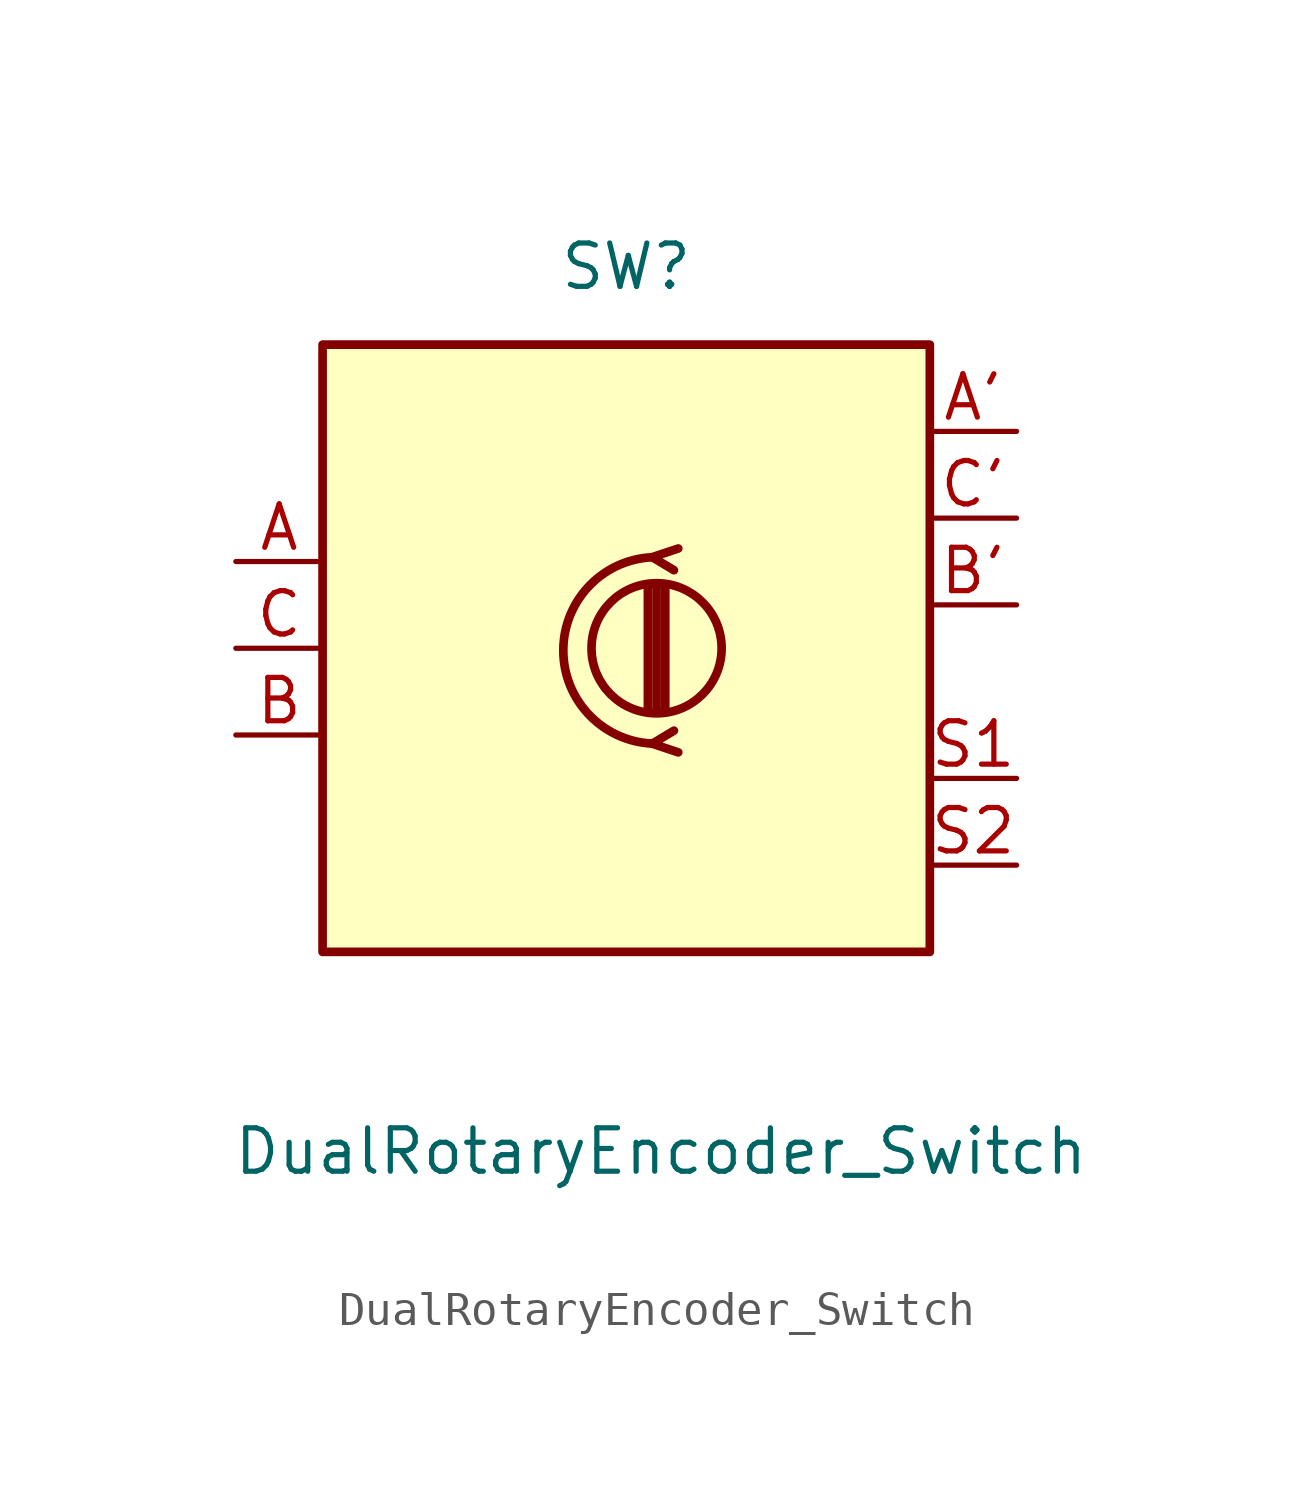
<source format=kicad_sym>
(kicad_symbol_lib
  (version 20231120)
  (generator "kicad_symbol_editor")
  (generator_version "8.0")
  (symbol "DualRotaryEncoder_Switch"
    (pin_names
      (offset 0.254) hide)
    (property "Reference" "SW"
      (at 0 11.176 0)
      (effects (font (size 1.27 1.27))))
    (property "Value" "DualRotaryEncoder_Switch"
      (at 1.016 -14.732 0)
      (effects (font (size 1.27 1.27))))
    (symbol "DualRotaryEncoder_Switch_0_1"
      (rectangle (start -8.89 8.89) (end 8.89 -8.89) (stroke (width 0.254) (type default)) (fill (type background)))
      (polyline (pts (xy 0.635 -1.778) (xy 0.635 1.778)) (stroke (width 0.254) (type default)) (fill (type none)))
      (polyline (pts (xy 0.889 -1.778) (xy 0.889 1.778)) (stroke (width 0.254) (type default)) (fill (type none)))
      (polyline (pts (xy 1.143 1.778) (xy 1.143 -1.778)) (stroke (width 0.254) (type default)) (fill (type none)))
      (polyline (pts (xy 1.524 -3.048) (xy 0.762 -2.794) (xy 1.397 -2.413)) (stroke (width 0.254) (type default)) (fill (type none)))
      (polyline (pts (xy 1.524 2.921) (xy 0.762 2.667) (xy 1.397 2.286)) (stroke (width 0.254) (type default)) (fill (type none)))
      (circle (center 0.889 0) (radius 1.905) (stroke (width 0.254) (type default)) (fill (type none)))
      (arc (start 0.889 2.667) (mid -1.8288 -0.0635) (end 0.889 -2.794) (stroke (width 0.254) (type default)) (fill (type none))))
    (symbol "DualRotaryEncoder_Switch_1_0"
      (pin passive line (at 11.43 6.35 180) (length 2.54) (name "A'" (effects (font (size 1.27 1.27)))) (number "A'" (effects (font (size 1.27 1.27)))))
      (pin passive line (at 11.43 1.27 180) (length 2.54) (name "B'" (effects (font (size 1.27 1.27)))) (number "B'" (effects (font (size 1.27 1.27)))))
      (pin passive line (at 11.43 3.81 180) (length 2.54) (name "C'" (effects (font (size 1.27 1.27)))) (number "C'" (effects (font (size 1.27 1.27))))))
    (symbol "DualRotaryEncoder_Switch_1_1"
      (pin passive line (at -11.43 2.54 0) (length 2.54) (name "A" (effects (font (size 1.27 1.27)))) (number "A" (effects (font (size 1.27 1.27)))))
      (pin passive line (at -11.43 -2.54 0) (length 2.54) (name "B" (effects (font (size 1.27 1.27)))) (number "B" (effects (font (size 1.27 1.27)))))
      (pin passive line (at -11.43 0 0) (length 2.54) (name "C" (effects (font (size 1.27 1.27)))) (number "C" (effects (font (size 1.27 1.27)))))
      (pin passive line (at 11.43 -3.81 180) (length 2.54) (name "S1" (effects (font (size 1.27 1.27)))) (number "S1" (effects (font (size 1.27 1.27)))))
      (pin passive line (at 11.43 -6.35 180) (length 2.54) (name "S2" (effects (font (size 1.27 1.27)))) (number "S2" (effects (font (size 1.27 1.27))))))))
</source>
